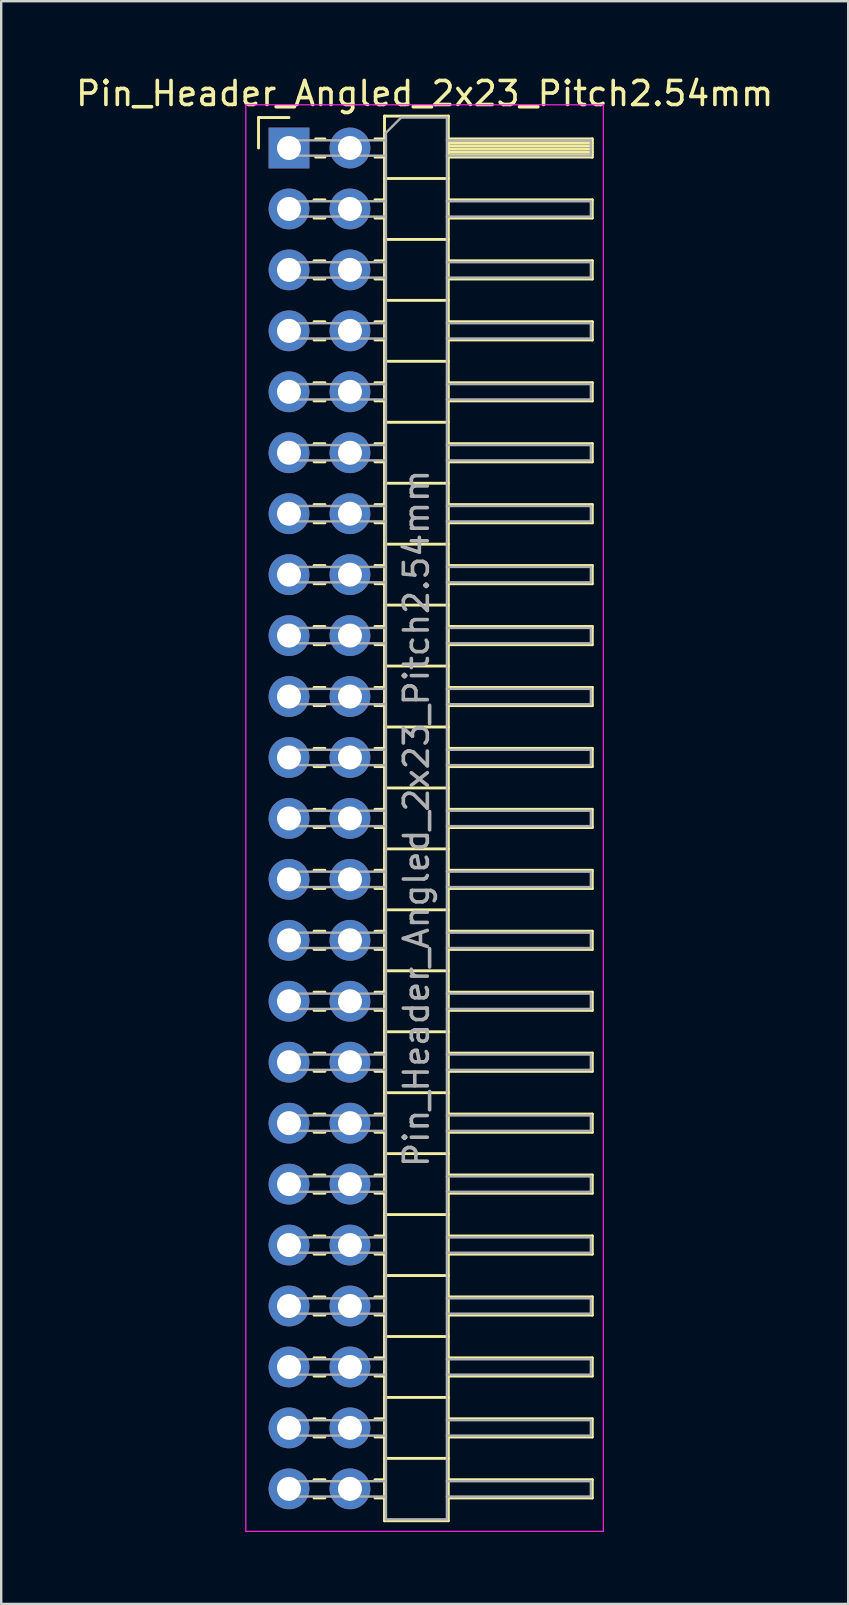
<source format=kicad_pcb>
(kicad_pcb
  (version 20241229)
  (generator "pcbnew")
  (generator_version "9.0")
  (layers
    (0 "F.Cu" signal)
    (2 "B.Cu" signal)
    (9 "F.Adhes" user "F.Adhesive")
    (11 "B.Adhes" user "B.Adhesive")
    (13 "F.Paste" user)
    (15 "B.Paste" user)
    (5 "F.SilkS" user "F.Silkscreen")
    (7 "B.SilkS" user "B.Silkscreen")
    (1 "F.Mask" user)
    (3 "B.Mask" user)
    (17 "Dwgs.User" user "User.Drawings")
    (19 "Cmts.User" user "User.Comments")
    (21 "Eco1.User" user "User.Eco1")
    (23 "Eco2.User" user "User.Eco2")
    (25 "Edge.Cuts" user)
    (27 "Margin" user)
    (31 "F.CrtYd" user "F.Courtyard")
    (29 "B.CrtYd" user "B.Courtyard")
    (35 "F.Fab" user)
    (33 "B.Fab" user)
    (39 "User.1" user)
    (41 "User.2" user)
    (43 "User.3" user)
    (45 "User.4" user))
  (footprint "Pin_Header_Angled_2x23_Pitch2.54mm"
    (layer "F.Cu")
    (at 8.994 3.118)
    (property "Reference" "Pin_Header_Angled_2x23_Pitch2.54mm" (at 5.655 -2.27 0) (layer "F.SilkS") (effects (font (size 1 1) (thickness 0.15))))
    (attr through_hole)
    (fp_line (start -1.27 -1.27) (end 0 -1.27) (stroke (width 0.12) (type solid)) (layer "F.SilkS"))
    (fp_line (start -1.27 0) (end -1.27 -1.27) (stroke (width 0.12) (type solid)) (layer "F.SilkS"))
    (fp_line (start 1.043 2.16) (end 1.497 2.16) (stroke (width 0.12) (type solid)) (layer "F.SilkS"))
    (fp_line (start 1.043 2.92) (end 1.497 2.92) (stroke (width 0.12) (type solid)) (layer "F.SilkS"))
    (fp_line (start 1.043 4.7) (end 1.497 4.7) (stroke (width 0.12) (type solid)) (layer "F.SilkS"))
    (fp_line (start 1.043 5.46) (end 1.497 5.46) (stroke (width 0.12) (type solid)) (layer "F.SilkS"))
    (fp_line (start 1.043 7.24) (end 1.497 7.24) (stroke (width 0.12) (type solid)) (layer "F.SilkS"))
    (fp_line (start 1.043 8) (end 1.497 8) (stroke (width 0.12) (type solid)) (layer "F.SilkS"))
    (fp_line (start 1.043 9.78) (end 1.497 9.78) (stroke (width 0.12) (type solid)) (layer "F.SilkS"))
    (fp_line (start 1.043 10.54) (end 1.497 10.54) (stroke (width 0.12) (type solid)) (layer "F.SilkS"))
    (fp_line (start 1.043 12.32) (end 1.497 12.32) (stroke (width 0.12) (type solid)) (layer "F.SilkS"))
    (fp_line (start 1.043 13.08) (end 1.497 13.08) (stroke (width 0.12) (type solid)) (layer "F.SilkS"))
    (fp_line (start 1.043 14.86) (end 1.497 14.86) (stroke (width 0.12) (type solid)) (layer "F.SilkS"))
    (fp_line (start 1.043 15.62) (end 1.497 15.62) (stroke (width 0.12) (type solid)) (layer "F.SilkS"))
    (fp_line (start 1.043 17.4) (end 1.497 17.4) (stroke (width 0.12) (type solid)) (layer "F.SilkS"))
    (fp_line (start 1.043 18.16) (end 1.497 18.16) (stroke (width 0.12) (type solid)) (layer "F.SilkS"))
    (fp_line (start 1.043 19.94) (end 1.497 19.94) (stroke (width 0.12) (type solid)) (layer "F.SilkS"))
    (fp_line (start 1.043 20.7) (end 1.497 20.7) (stroke (width 0.12) (type solid)) (layer "F.SilkS"))
    (fp_line (start 1.043 22.48) (end 1.497 22.48) (stroke (width 0.12) (type solid)) (layer "F.SilkS"))
    (fp_line (start 1.043 23.24) (end 1.497 23.24) (stroke (width 0.12) (type solid)) (layer "F.SilkS"))
    (fp_line (start 1.043 25.02) (end 1.497 25.02) (stroke (width 0.12) (type solid)) (layer "F.SilkS"))
    (fp_line (start 1.043 25.78) (end 1.497 25.78) (stroke (width 0.12) (type solid)) (layer "F.SilkS"))
    (fp_line (start 1.043 27.56) (end 1.497 27.56) (stroke (width 0.12) (type solid)) (layer "F.SilkS"))
    (fp_line (start 1.043 28.32) (end 1.497 28.32) (stroke (width 0.12) (type solid)) (layer "F.SilkS"))
    (fp_line (start 1.043 30.1) (end 1.497 30.1) (stroke (width 0.12) (type solid)) (layer "F.SilkS"))
    (fp_line (start 1.043 30.86) (end 1.497 30.86) (stroke (width 0.12) (type solid)) (layer "F.SilkS"))
    (fp_line (start 1.043 32.64) (end 1.497 32.64) (stroke (width 0.12) (type solid)) (layer "F.SilkS"))
    (fp_line (start 1.043 33.4) (end 1.497 33.4) (stroke (width 0.12) (type solid)) (layer "F.SilkS"))
    (fp_line (start 1.043 35.18) (end 1.497 35.18) (stroke (width 0.12) (type solid)) (layer "F.SilkS"))
    (fp_line (start 1.043 35.94) (end 1.497 35.94) (stroke (width 0.12) (type solid)) (layer "F.SilkS"))
    (fp_line (start 1.043 37.72) (end 1.497 37.72) (stroke (width 0.12) (type solid)) (layer "F.SilkS"))
    (fp_line (start 1.043 38.48) (end 1.497 38.48) (stroke (width 0.12) (type solid)) (layer "F.SilkS"))
    (fp_line (start 1.043 40.26) (end 1.497 40.26) (stroke (width 0.12) (type solid)) (layer "F.SilkS"))
    (fp_line (start 1.043 41.02) (end 1.497 41.02) (stroke (width 0.12) (type solid)) (layer "F.SilkS"))
    (fp_line (start 1.043 42.8) (end 1.497 42.8) (stroke (width 0.12) (type solid)) (layer "F.SilkS"))
    (fp_line (start 1.043 43.56) (end 1.497 43.56) (stroke (width 0.12) (type solid)) (layer "F.SilkS"))
    (fp_line (start 1.043 45.34) (end 1.497 45.34) (stroke (width 0.12) (type solid)) (layer "F.SilkS"))
    (fp_line (start 1.043 46.1) (end 1.497 46.1) (stroke (width 0.12) (type solid)) (layer "F.SilkS"))
    (fp_line (start 1.043 47.88) (end 1.497 47.88) (stroke (width 0.12) (type solid)) (layer "F.SilkS"))
    (fp_line (start 1.043 48.64) (end 1.497 48.64) (stroke (width 0.12) (type solid)) (layer "F.SilkS"))
    (fp_line (start 1.043 50.42) (end 1.497 50.42) (stroke (width 0.12) (type solid)) (layer "F.SilkS"))
    (fp_line (start 1.043 51.18) (end 1.497 51.18) (stroke (width 0.12) (type solid)) (layer "F.SilkS"))
    (fp_line (start 1.043 52.96) (end 1.497 52.96) (stroke (width 0.12) (type solid)) (layer "F.SilkS"))
    (fp_line (start 1.043 53.72) (end 1.497 53.72) (stroke (width 0.12) (type solid)) (layer "F.SilkS"))
    (fp_line (start 1.043 55.5) (end 1.497 55.5) (stroke (width 0.12) (type solid)) (layer "F.SilkS"))
    (fp_line (start 1.043 56.26) (end 1.497 56.26) (stroke (width 0.12) (type solid)) (layer "F.SilkS"))
    (fp_line (start 1.11 -0.38) (end 1.497 -0.38) (stroke (width 0.12) (type solid)) (layer "F.SilkS"))
    (fp_line (start 1.11 0.38) (end 1.497 0.38) (stroke (width 0.12) (type solid)) (layer "F.SilkS"))
    (fp_line (start 3.583 -0.38) (end 3.98 -0.38) (stroke (width 0.12) (type solid)) (layer "F.SilkS"))
    (fp_line (start 3.583 0.38) (end 3.98 0.38) (stroke (width 0.12) (type solid)) (layer "F.SilkS"))
    (fp_line (start 3.583 2.16) (end 3.98 2.16) (stroke (width 0.12) (type solid)) (layer "F.SilkS"))
    (fp_line (start 3.583 2.92) (end 3.98 2.92) (stroke (width 0.12) (type solid)) (layer "F.SilkS"))
    (fp_line (start 3.583 4.7) (end 3.98 4.7) (stroke (width 0.12) (type solid)) (layer "F.SilkS"))
    (fp_line (start 3.583 5.46) (end 3.98 5.46) (stroke (width 0.12) (type solid)) (layer "F.SilkS"))
    (fp_line (start 3.583 7.24) (end 3.98 7.24) (stroke (width 0.12) (type solid)) (layer "F.SilkS"))
    (fp_line (start 3.583 8) (end 3.98 8) (stroke (width 0.12) (type solid)) (layer "F.SilkS"))
    (fp_line (start 3.583 9.78) (end 3.98 9.78) (stroke (width 0.12) (type solid)) (layer "F.SilkS"))
    (fp_line (start 3.583 10.54) (end 3.98 10.54) (stroke (width 0.12) (type solid)) (layer "F.SilkS"))
    (fp_line (start 3.583 12.32) (end 3.98 12.32) (stroke (width 0.12) (type solid)) (layer "F.SilkS"))
    (fp_line (start 3.583 13.08) (end 3.98 13.08) (stroke (width 0.12) (type solid)) (layer "F.SilkS"))
    (fp_line (start 3.583 14.86) (end 3.98 14.86) (stroke (width 0.12) (type solid)) (layer "F.SilkS"))
    (fp_line (start 3.583 15.62) (end 3.98 15.62) (stroke (width 0.12) (type solid)) (layer "F.SilkS"))
    (fp_line (start 3.583 17.4) (end 3.98 17.4) (stroke (width 0.12) (type solid)) (layer "F.SilkS"))
    (fp_line (start 3.583 18.16) (end 3.98 18.16) (stroke (width 0.12) (type solid)) (layer "F.SilkS"))
    (fp_line (start 3.583 19.94) (end 3.98 19.94) (stroke (width 0.12) (type solid)) (layer "F.SilkS"))
    (fp_line (start 3.583 20.7) (end 3.98 20.7) (stroke (width 0.12) (type solid)) (layer "F.SilkS"))
    (fp_line (start 3.583 22.48) (end 3.98 22.48) (stroke (width 0.12) (type solid)) (layer "F.SilkS"))
    (fp_line (start 3.583 23.24) (end 3.98 23.24) (stroke (width 0.12) (type solid)) (layer "F.SilkS"))
    (fp_line (start 3.583 25.02) (end 3.98 25.02) (stroke (width 0.12) (type solid)) (layer "F.SilkS"))
    (fp_line (start 3.583 25.78) (end 3.98 25.78) (stroke (width 0.12) (type solid)) (layer "F.SilkS"))
    (fp_line (start 3.583 27.56) (end 3.98 27.56) (stroke (width 0.12) (type solid)) (layer "F.SilkS"))
    (fp_line (start 3.583 28.32) (end 3.98 28.32) (stroke (width 0.12) (type solid)) (layer "F.SilkS"))
    (fp_line (start 3.583 30.1) (end 3.98 30.1) (stroke (width 0.12) (type solid)) (layer "F.SilkS"))
    (fp_line (start 3.583 30.86) (end 3.98 30.86) (stroke (width 0.12) (type solid)) (layer "F.SilkS"))
    (fp_line (start 3.583 32.64) (end 3.98 32.64) (stroke (width 0.12) (type solid)) (layer "F.SilkS"))
    (fp_line (start 3.583 33.4) (end 3.98 33.4) (stroke (width 0.12) (type solid)) (layer "F.SilkS"))
    (fp_line (start 3.583 35.18) (end 3.98 35.18) (stroke (width 0.12) (type solid)) (layer "F.SilkS"))
    (fp_line (start 3.583 35.94) (end 3.98 35.94) (stroke (width 0.12) (type solid)) (layer "F.SilkS"))
    (fp_line (start 3.583 37.72) (end 3.98 37.72) (stroke (width 0.12) (type solid)) (layer "F.SilkS"))
    (fp_line (start 3.583 38.48) (end 3.98 38.48) (stroke (width 0.12) (type solid)) (layer "F.SilkS"))
    (fp_line (start 3.583 40.26) (end 3.98 40.26) (stroke (width 0.12) (type solid)) (layer "F.SilkS"))
    (fp_line (start 3.583 41.02) (end 3.98 41.02) (stroke (width 0.12) (type solid)) (layer "F.SilkS"))
    (fp_line (start 3.583 42.8) (end 3.98 42.8) (stroke (width 0.12) (type solid)) (layer "F.SilkS"))
    (fp_line (start 3.583 43.56) (end 3.98 43.56) (stroke (width 0.12) (type solid)) (layer "F.SilkS"))
    (fp_line (start 3.583 45.34) (end 3.98 45.34) (stroke (width 0.12) (type solid)) (layer "F.SilkS"))
    (fp_line (start 3.583 46.1) (end 3.98 46.1) (stroke (width 0.12) (type solid)) (layer "F.SilkS"))
    (fp_line (start 3.583 47.88) (end 3.98 47.88) (stroke (width 0.12) (type solid)) (layer "F.SilkS"))
    (fp_line (start 3.583 48.64) (end 3.98 48.64) (stroke (width 0.12) (type solid)) (layer "F.SilkS"))
    (fp_line (start 3.583 50.42) (end 3.98 50.42) (stroke (width 0.12) (type solid)) (layer "F.SilkS"))
    (fp_line (start 3.583 51.18) (end 3.98 51.18) (stroke (width 0.12) (type solid)) (layer "F.SilkS"))
    (fp_line (start 3.583 52.96) (end 3.98 52.96) (stroke (width 0.12) (type solid)) (layer "F.SilkS"))
    (fp_line (start 3.583 53.72) (end 3.98 53.72) (stroke (width 0.12) (type solid)) (layer "F.SilkS"))
    (fp_line (start 3.583 55.5) (end 3.98 55.5) (stroke (width 0.12) (type solid)) (layer "F.SilkS"))
    (fp_line (start 3.583 56.26) (end 3.98 56.26) (stroke (width 0.12) (type solid)) (layer "F.SilkS"))
    (fp_line (start 3.98 -1.33) (end 3.98 57.21) (stroke (width 0.12) (type solid)) (layer "F.SilkS"))
    (fp_line (start 3.98 1.27) (end 6.64 1.27) (stroke (width 0.12) (type solid)) (layer "F.SilkS"))
    (fp_line (start 3.98 3.81) (end 6.64 3.81) (stroke (width 0.12) (type solid)) (layer "F.SilkS"))
    (fp_line (start 3.98 6.35) (end 6.64 6.35) (stroke (width 0.12) (type solid)) (layer "F.SilkS"))
    (fp_line (start 3.98 8.89) (end 6.64 8.89) (stroke (width 0.12) (type solid)) (layer "F.SilkS"))
    (fp_line (start 3.98 11.43) (end 6.64 11.43) (stroke (width 0.12) (type solid)) (layer "F.SilkS"))
    (fp_line (start 3.98 13.97) (end 6.64 13.97) (stroke (width 0.12) (type solid)) (layer "F.SilkS"))
    (fp_line (start 3.98 16.51) (end 6.64 16.51) (stroke (width 0.12) (type solid)) (layer "F.SilkS"))
    (fp_line (start 3.98 19.05) (end 6.64 19.05) (stroke (width 0.12) (type solid)) (layer "F.SilkS"))
    (fp_line (start 3.98 21.59) (end 6.64 21.59) (stroke (width 0.12) (type solid)) (layer "F.SilkS"))
    (fp_line (start 3.98 24.13) (end 6.64 24.13) (stroke (width 0.12) (type solid)) (layer "F.SilkS"))
    (fp_line (start 3.98 26.67) (end 6.64 26.67) (stroke (width 0.12) (type solid)) (layer "F.SilkS"))
    (fp_line (start 3.98 29.21) (end 6.64 29.21) (stroke (width 0.12) (type solid)) (layer "F.SilkS"))
    (fp_line (start 3.98 31.75) (end 6.64 31.75) (stroke (width 0.12) (type solid)) (layer "F.SilkS"))
    (fp_line (start 3.98 34.29) (end 6.64 34.29) (stroke (width 0.12) (type solid)) (layer "F.SilkS"))
    (fp_line (start 3.98 36.83) (end 6.64 36.83) (stroke (width 0.12) (type solid)) (layer "F.SilkS"))
    (fp_line (start 3.98 39.37) (end 6.64 39.37) (stroke (width 0.12) (type solid)) (layer "F.SilkS"))
    (fp_line (start 3.98 41.91) (end 6.64 41.91) (stroke (width 0.12) (type solid)) (layer "F.SilkS"))
    (fp_line (start 3.98 44.45) (end 6.64 44.45) (stroke (width 0.12) (type solid)) (layer "F.SilkS"))
    (fp_line (start 3.98 46.99) (end 6.64 46.99) (stroke (width 0.12) (type solid)) (layer "F.SilkS"))
    (fp_line (start 3.98 49.53) (end 6.64 49.53) (stroke (width 0.12) (type solid)) (layer "F.SilkS"))
    (fp_line (start 3.98 52.07) (end 6.64 52.07) (stroke (width 0.12) (type solid)) (layer "F.SilkS"))
    (fp_line (start 3.98 54.61) (end 6.64 54.61) (stroke (width 0.12) (type solid)) (layer "F.SilkS"))
    (fp_line (start 3.98 57.21) (end 6.64 57.21) (stroke (width 0.12) (type solid)) (layer "F.SilkS"))
    (fp_line (start 6.64 -1.33) (end 3.98 -1.33) (stroke (width 0.12) (type solid)) (layer "F.SilkS"))
    (fp_line (start 6.64 -0.38) (end 12.64 -0.38) (stroke (width 0.12) (type solid)) (layer "F.SilkS"))
    (fp_line (start 6.64 -0.32) (end 12.64 -0.32) (stroke (width 0.12) (type solid)) (layer "F.SilkS"))
    (fp_line (start 6.64 -0.2) (end 12.64 -0.2) (stroke (width 0.12) (type solid)) (layer "F.SilkS"))
    (fp_line (start 6.64 -0.08) (end 12.64 -0.08) (stroke (width 0.12) (type solid)) (layer "F.SilkS"))
    (fp_line (start 6.64 0.04) (end 12.64 0.04) (stroke (width 0.12) (type solid)) (layer "F.SilkS"))
    (fp_line (start 6.64 0.16) (end 12.64 0.16) (stroke (width 0.12) (type solid)) (layer "F.SilkS"))
    (fp_line (start 6.64 0.28) (end 12.64 0.28) (stroke (width 0.12) (type solid)) (layer "F.SilkS"))
    (fp_line (start 6.64 2.16) (end 12.64 2.16) (stroke (width 0.12) (type solid)) (layer "F.SilkS"))
    (fp_line (start 6.64 4.7) (end 12.64 4.7) (stroke (width 0.12) (type solid)) (layer "F.SilkS"))
    (fp_line (start 6.64 7.24) (end 12.64 7.24) (stroke (width 0.12) (type solid)) (layer "F.SilkS"))
    (fp_line (start 6.64 9.78) (end 12.64 9.78) (stroke (width 0.12) (type solid)) (layer "F.SilkS"))
    (fp_line (start 6.64 12.32) (end 12.64 12.32) (stroke (width 0.12) (type solid)) (layer "F.SilkS"))
    (fp_line (start 6.64 14.86) (end 12.64 14.86) (stroke (width 0.12) (type solid)) (layer "F.SilkS"))
    (fp_line (start 6.64 17.4) (end 12.64 17.4) (stroke (width 0.12) (type solid)) (layer "F.SilkS"))
    (fp_line (start 6.64 19.94) (end 12.64 19.94) (stroke (width 0.12) (type solid)) (layer "F.SilkS"))
    (fp_line (start 6.64 22.48) (end 12.64 22.48) (stroke (width 0.12) (type solid)) (layer "F.SilkS"))
    (fp_line (start 6.64 25.02) (end 12.64 25.02) (stroke (width 0.12) (type solid)) (layer "F.SilkS"))
    (fp_line (start 6.64 27.56) (end 12.64 27.56) (stroke (width 0.12) (type solid)) (layer "F.SilkS"))
    (fp_line (start 6.64 30.1) (end 12.64 30.1) (stroke (width 0.12) (type solid)) (layer "F.SilkS"))
    (fp_line (start 6.64 32.64) (end 12.64 32.64) (stroke (width 0.12) (type solid)) (layer "F.SilkS"))
    (fp_line (start 6.64 35.18) (end 12.64 35.18) (stroke (width 0.12) (type solid)) (layer "F.SilkS"))
    (fp_line (start 6.64 37.72) (end 12.64 37.72) (stroke (width 0.12) (type solid)) (layer "F.SilkS"))
    (fp_line (start 6.64 40.26) (end 12.64 40.26) (stroke (width 0.12) (type solid)) (layer "F.SilkS"))
    (fp_line (start 6.64 42.8) (end 12.64 42.8) (stroke (width 0.12) (type solid)) (layer "F.SilkS"))
    (fp_line (start 6.64 45.34) (end 12.64 45.34) (stroke (width 0.12) (type solid)) (layer "F.SilkS"))
    (fp_line (start 6.64 47.88) (end 12.64 47.88) (stroke (width 0.12) (type solid)) (layer "F.SilkS"))
    (fp_line (start 6.64 50.42) (end 12.64 50.42) (stroke (width 0.12) (type solid)) (layer "F.SilkS"))
    (fp_line (start 6.64 52.96) (end 12.64 52.96) (stroke (width 0.12) (type solid)) (layer "F.SilkS"))
    (fp_line (start 6.64 55.5) (end 12.64 55.5) (stroke (width 0.12) (type solid)) (layer "F.SilkS"))
    (fp_line (start 6.64 57.21) (end 6.64 -1.33) (stroke (width 0.12) (type solid)) (layer "F.SilkS"))
    (fp_line (start 12.64 -0.38) (end 12.64 0.38) (stroke (width 0.12) (type solid)) (layer "F.SilkS"))
    (fp_line (start 12.64 0.38) (end 6.64 0.38) (stroke (width 0.12) (type solid)) (layer "F.SilkS"))
    (fp_line (start 12.64 2.16) (end 12.64 2.92) (stroke (width 0.12) (type solid)) (layer "F.SilkS"))
    (fp_line (start 12.64 2.92) (end 6.64 2.92) (stroke (width 0.12) (type solid)) (layer "F.SilkS"))
    (fp_line (start 12.64 4.7) (end 12.64 5.46) (stroke (width 0.12) (type solid)) (layer "F.SilkS"))
    (fp_line (start 12.64 5.46) (end 6.64 5.46) (stroke (width 0.12) (type solid)) (layer "F.SilkS"))
    (fp_line (start 12.64 7.24) (end 12.64 8) (stroke (width 0.12) (type solid)) (layer "F.SilkS"))
    (fp_line (start 12.64 8) (end 6.64 8) (stroke (width 0.12) (type solid)) (layer "F.SilkS"))
    (fp_line (start 12.64 9.78) (end 12.64 10.54) (stroke (width 0.12) (type solid)) (layer "F.SilkS"))
    (fp_line (start 12.64 10.54) (end 6.64 10.54) (stroke (width 0.12) (type solid)) (layer "F.SilkS"))
    (fp_line (start 12.64 12.32) (end 12.64 13.08) (stroke (width 0.12) (type solid)) (layer "F.SilkS"))
    (fp_line (start 12.64 13.08) (end 6.64 13.08) (stroke (width 0.12) (type solid)) (layer "F.SilkS"))
    (fp_line (start 12.64 14.86) (end 12.64 15.62) (stroke (width 0.12) (type solid)) (layer "F.SilkS"))
    (fp_line (start 12.64 15.62) (end 6.64 15.62) (stroke (width 0.12) (type solid)) (layer "F.SilkS"))
    (fp_line (start 12.64 17.4) (end 12.64 18.16) (stroke (width 0.12) (type solid)) (layer "F.SilkS"))
    (fp_line (start 12.64 18.16) (end 6.64 18.16) (stroke (width 0.12) (type solid)) (layer "F.SilkS"))
    (fp_line (start 12.64 19.94) (end 12.64 20.7) (stroke (width 0.12) (type solid)) (layer "F.SilkS"))
    (fp_line (start 12.64 20.7) (end 6.64 20.7) (stroke (width 0.12) (type solid)) (layer "F.SilkS"))
    (fp_line (start 12.64 22.48) (end 12.64 23.24) (stroke (width 0.12) (type solid)) (layer "F.SilkS"))
    (fp_line (start 12.64 23.24) (end 6.64 23.24) (stroke (width 0.12) (type solid)) (layer "F.SilkS"))
    (fp_line (start 12.64 25.02) (end 12.64 25.78) (stroke (width 0.12) (type solid)) (layer "F.SilkS"))
    (fp_line (start 12.64 25.78) (end 6.64 25.78) (stroke (width 0.12) (type solid)) (layer "F.SilkS"))
    (fp_line (start 12.64 27.56) (end 12.64 28.32) (stroke (width 0.12) (type solid)) (layer "F.SilkS"))
    (fp_line (start 12.64 28.32) (end 6.64 28.32) (stroke (width 0.12) (type solid)) (layer "F.SilkS"))
    (fp_line (start 12.64 30.1) (end 12.64 30.86) (stroke (width 0.12) (type solid)) (layer "F.SilkS"))
    (fp_line (start 12.64 30.86) (end 6.64 30.86) (stroke (width 0.12) (type solid)) (layer "F.SilkS"))
    (fp_line (start 12.64 32.64) (end 12.64 33.4) (stroke (width 0.12) (type solid)) (layer "F.SilkS"))
    (fp_line (start 12.64 33.4) (end 6.64 33.4) (stroke (width 0.12) (type solid)) (layer "F.SilkS"))
    (fp_line (start 12.64 35.18) (end 12.64 35.94) (stroke (width 0.12) (type solid)) (layer "F.SilkS"))
    (fp_line (start 12.64 35.94) (end 6.64 35.94) (stroke (width 0.12) (type solid)) (layer "F.SilkS"))
    (fp_line (start 12.64 37.72) (end 12.64 38.48) (stroke (width 0.12) (type solid)) (layer "F.SilkS"))
    (fp_line (start 12.64 38.48) (end 6.64 38.48) (stroke (width 0.12) (type solid)) (layer "F.SilkS"))
    (fp_line (start 12.64 40.26) (end 12.64 41.02) (stroke (width 0.12) (type solid)) (layer "F.SilkS"))
    (fp_line (start 12.64 41.02) (end 6.64 41.02) (stroke (width 0.12) (type solid)) (layer "F.SilkS"))
    (fp_line (start 12.64 42.8) (end 12.64 43.56) (stroke (width 0.12) (type solid)) (layer "F.SilkS"))
    (fp_line (start 12.64 43.56) (end 6.64 43.56) (stroke (width 0.12) (type solid)) (layer "F.SilkS"))
    (fp_line (start 12.64 45.34) (end 12.64 46.1) (stroke (width 0.12) (type solid)) (layer "F.SilkS"))
    (fp_line (start 12.64 46.1) (end 6.64 46.1) (stroke (width 0.12) (type solid)) (layer "F.SilkS"))
    (fp_line (start 12.64 47.88) (end 12.64 48.64) (stroke (width 0.12) (type solid)) (layer "F.SilkS"))
    (fp_line (start 12.64 48.64) (end 6.64 48.64) (stroke (width 0.12) (type solid)) (layer "F.SilkS"))
    (fp_line (start 12.64 50.42) (end 12.64 51.18) (stroke (width 0.12) (type solid)) (layer "F.SilkS"))
    (fp_line (start 12.64 51.18) (end 6.64 51.18) (stroke (width 0.12) (type solid)) (layer "F.SilkS"))
    (fp_line (start 12.64 52.96) (end 12.64 53.72) (stroke (width 0.12) (type solid)) (layer "F.SilkS"))
    (fp_line (start 12.64 53.72) (end 6.64 53.72) (stroke (width 0.12) (type solid)) (layer "F.SilkS"))
    (fp_line (start 12.64 55.5) (end 12.64 56.26) (stroke (width 0.12) (type solid)) (layer "F.SilkS"))
    (fp_line (start 12.64 56.26) (end 6.64 56.26) (stroke (width 0.12) (type solid)) (layer "F.SilkS"))
    (fp_line (start -1.8 -1.8) (end -1.8 57.65) (stroke (width 0.05) (type solid)) (layer "F.CrtYd"))
    (fp_line (start -1.8 57.65) (end 13.1 57.65) (stroke (width 0.05) (type solid)) (layer "F.CrtYd"))
    (fp_line (start 13.1 -1.8) (end -1.8 -1.8) (stroke (width 0.05) (type solid)) (layer "F.CrtYd"))
    (fp_line (start 13.1 57.65) (end 13.1 -1.8) (stroke (width 0.05) (type solid)) (layer "F.CrtYd"))
    (fp_line (start -0.32 -0.32) (end -0.32 0.32) (stroke (width 0.1) (type solid)) (layer "F.Fab"))
    (fp_line (start -0.32 -0.32) (end 4.04 -0.32) (stroke (width 0.1) (type solid)) (layer "F.Fab"))
    (fp_line (start -0.32 0.32) (end 4.04 0.32) (stroke (width 0.1) (type solid)) (layer "F.Fab"))
    (fp_line (start -0.32 2.22) (end -0.32 2.86) (stroke (width 0.1) (type solid)) (layer "F.Fab"))
    (fp_line (start -0.32 2.22) (end 4.04 2.22) (stroke (width 0.1) (type solid)) (layer "F.Fab"))
    (fp_line (start -0.32 2.86) (end 4.04 2.86) (stroke (width 0.1) (type solid)) (layer "F.Fab"))
    (fp_line (start -0.32 4.76) (end -0.32 5.4) (stroke (width 0.1) (type solid)) (layer "F.Fab"))
    (fp_line (start -0.32 4.76) (end 4.04 4.76) (stroke (width 0.1) (type solid)) (layer "F.Fab"))
    (fp_line (start -0.32 5.4) (end 4.04 5.4) (stroke (width 0.1) (type solid)) (layer "F.Fab"))
    (fp_line (start -0.32 7.3) (end -0.32 7.94) (stroke (width 0.1) (type solid)) (layer "F.Fab"))
    (fp_line (start -0.32 7.3) (end 4.04 7.3) (stroke (width 0.1) (type solid)) (layer "F.Fab"))
    (fp_line (start -0.32 7.94) (end 4.04 7.94) (stroke (width 0.1) (type solid)) (layer "F.Fab"))
    (fp_line (start -0.32 9.84) (end -0.32 10.48) (stroke (width 0.1) (type solid)) (layer "F.Fab"))
    (fp_line (start -0.32 9.84) (end 4.04 9.84) (stroke (width 0.1) (type solid)) (layer "F.Fab"))
    (fp_line (start -0.32 10.48) (end 4.04 10.48) (stroke (width 0.1) (type solid)) (layer "F.Fab"))
    (fp_line (start -0.32 12.38) (end -0.32 13.02) (stroke (width 0.1) (type solid)) (layer "F.Fab"))
    (fp_line (start -0.32 12.38) (end 4.04 12.38) (stroke (width 0.1) (type solid)) (layer "F.Fab"))
    (fp_line (start -0.32 13.02) (end 4.04 13.02) (stroke (width 0.1) (type solid)) (layer "F.Fab"))
    (fp_line (start -0.32 14.92) (end -0.32 15.56) (stroke (width 0.1) (type solid)) (layer "F.Fab"))
    (fp_line (start -0.32 14.92) (end 4.04 14.92) (stroke (width 0.1) (type solid)) (layer "F.Fab"))
    (fp_line (start -0.32 15.56) (end 4.04 15.56) (stroke (width 0.1) (type solid)) (layer "F.Fab"))
    (fp_line (start -0.32 17.46) (end -0.32 18.1) (stroke (width 0.1) (type solid)) (layer "F.Fab"))
    (fp_line (start -0.32 17.46) (end 4.04 17.46) (stroke (width 0.1) (type solid)) (layer "F.Fab"))
    (fp_line (start -0.32 18.1) (end 4.04 18.1) (stroke (width 0.1) (type solid)) (layer "F.Fab"))
    (fp_line (start -0.32 20) (end -0.32 20.64) (stroke (width 0.1) (type solid)) (layer "F.Fab"))
    (fp_line (start -0.32 20) (end 4.04 20) (stroke (width 0.1) (type solid)) (layer "F.Fab"))
    (fp_line (start -0.32 20.64) (end 4.04 20.64) (stroke (width 0.1) (type solid)) (layer "F.Fab"))
    (fp_line (start -0.32 22.54) (end -0.32 23.18) (stroke (width 0.1) (type solid)) (layer "F.Fab"))
    (fp_line (start -0.32 22.54) (end 4.04 22.54) (stroke (width 0.1) (type solid)) (layer "F.Fab"))
    (fp_line (start -0.32 23.18) (end 4.04 23.18) (stroke (width 0.1) (type solid)) (layer "F.Fab"))
    (fp_line (start -0.32 25.08) (end -0.32 25.72) (stroke (width 0.1) (type solid)) (layer "F.Fab"))
    (fp_line (start -0.32 25.08) (end 4.04 25.08) (stroke (width 0.1) (type solid)) (layer "F.Fab"))
    (fp_line (start -0.32 25.72) (end 4.04 25.72) (stroke (width 0.1) (type solid)) (layer "F.Fab"))
    (fp_line (start -0.32 27.62) (end -0.32 28.26) (stroke (width 0.1) (type solid)) (layer "F.Fab"))
    (fp_line (start -0.32 27.62) (end 4.04 27.62) (stroke (width 0.1) (type solid)) (layer "F.Fab"))
    (fp_line (start -0.32 28.26) (end 4.04 28.26) (stroke (width 0.1) (type solid)) (layer "F.Fab"))
    (fp_line (start -0.32 30.16) (end -0.32 30.8) (stroke (width 0.1) (type solid)) (layer "F.Fab"))
    (fp_line (start -0.32 30.16) (end 4.04 30.16) (stroke (width 0.1) (type solid)) (layer "F.Fab"))
    (fp_line (start -0.32 30.8) (end 4.04 30.8) (stroke (width 0.1) (type solid)) (layer "F.Fab"))
    (fp_line (start -0.32 32.7) (end -0.32 33.34) (stroke (width 0.1) (type solid)) (layer "F.Fab"))
    (fp_line (start -0.32 32.7) (end 4.04 32.7) (stroke (width 0.1) (type solid)) (layer "F.Fab"))
    (fp_line (start -0.32 33.34) (end 4.04 33.34) (stroke (width 0.1) (type solid)) (layer "F.Fab"))
    (fp_line (start -0.32 35.24) (end -0.32 35.88) (stroke (width 0.1) (type solid)) (layer "F.Fab"))
    (fp_line (start -0.32 35.24) (end 4.04 35.24) (stroke (width 0.1) (type solid)) (layer "F.Fab"))
    (fp_line (start -0.32 35.88) (end 4.04 35.88) (stroke (width 0.1) (type solid)) (layer "F.Fab"))
    (fp_line (start -0.32 37.78) (end -0.32 38.42) (stroke (width 0.1) (type solid)) (layer "F.Fab"))
    (fp_line (start -0.32 37.78) (end 4.04 37.78) (stroke (width 0.1) (type solid)) (layer "F.Fab"))
    (fp_line (start -0.32 38.42) (end 4.04 38.42) (stroke (width 0.1) (type solid)) (layer "F.Fab"))
    (fp_line (start -0.32 40.32) (end -0.32 40.96) (stroke (width 0.1) (type solid)) (layer "F.Fab"))
    (fp_line (start -0.32 40.32) (end 4.04 40.32) (stroke (width 0.1) (type solid)) (layer "F.Fab"))
    (fp_line (start -0.32 40.96) (end 4.04 40.96) (stroke (width 0.1) (type solid)) (layer "F.Fab"))
    (fp_line (start -0.32 42.86) (end -0.32 43.5) (stroke (width 0.1) (type solid)) (layer "F.Fab"))
    (fp_line (start -0.32 42.86) (end 4.04 42.86) (stroke (width 0.1) (type solid)) (layer "F.Fab"))
    (fp_line (start -0.32 43.5) (end 4.04 43.5) (stroke (width 0.1) (type solid)) (layer "F.Fab"))
    (fp_line (start -0.32 45.4) (end -0.32 46.04) (stroke (width 0.1) (type solid)) (layer "F.Fab"))
    (fp_line (start -0.32 45.4) (end 4.04 45.4) (stroke (width 0.1) (type solid)) (layer "F.Fab"))
    (fp_line (start -0.32 46.04) (end 4.04 46.04) (stroke (width 0.1) (type solid)) (layer "F.Fab"))
    (fp_line (start -0.32 47.94) (end -0.32 48.58) (stroke (width 0.1) (type solid)) (layer "F.Fab"))
    (fp_line (start -0.32 47.94) (end 4.04 47.94) (stroke (width 0.1) (type solid)) (layer "F.Fab"))
    (fp_line (start -0.32 48.58) (end 4.04 48.58) (stroke (width 0.1) (type solid)) (layer "F.Fab"))
    (fp_line (start -0.32 50.48) (end -0.32 51.12) (stroke (width 0.1) (type solid)) (layer "F.Fab"))
    (fp_line (start -0.32 50.48) (end 4.04 50.48) (stroke (width 0.1) (type solid)) (layer "F.Fab"))
    (fp_line (start -0.32 51.12) (end 4.04 51.12) (stroke (width 0.1) (type solid)) (layer "F.Fab"))
    (fp_line (start -0.32 53.02) (end -0.32 53.66) (stroke (width 0.1) (type solid)) (layer "F.Fab"))
    (fp_line (start -0.32 53.02) (end 4.04 53.02) (stroke (width 0.1) (type solid)) (layer "F.Fab"))
    (fp_line (start -0.32 53.66) (end 4.04 53.66) (stroke (width 0.1) (type solid)) (layer "F.Fab"))
    (fp_line (start -0.32 55.56) (end -0.32 56.2) (stroke (width 0.1) (type solid)) (layer "F.Fab"))
    (fp_line (start -0.32 55.56) (end 4.04 55.56) (stroke (width 0.1) (type solid)) (layer "F.Fab"))
    (fp_line (start -0.32 56.2) (end 4.04 56.2) (stroke (width 0.1) (type solid)) (layer "F.Fab"))
    (fp_line (start 4.04 -0.635) (end 4.675 -1.27) (stroke (width 0.1) (type solid)) (layer "F.Fab"))
    (fp_line (start 4.04 57.15) (end 4.04 -0.635) (stroke (width 0.1) (type solid)) (layer "F.Fab"))
    (fp_line (start 4.675 -1.27) (end 6.58 -1.27) (stroke (width 0.1) (type solid)) (layer "F.Fab"))
    (fp_line (start 6.58 -1.27) (end 6.58 57.15) (stroke (width 0.1) (type solid)) (layer "F.Fab"))
    (fp_line (start 6.58 -0.32) (end 12.58 -0.32) (stroke (width 0.1) (type solid)) (layer "F.Fab"))
    (fp_line (start 6.58 0.32) (end 12.58 0.32) (stroke (width 0.1) (type solid)) (layer "F.Fab"))
    (fp_line (start 6.58 2.22) (end 12.58 2.22) (stroke (width 0.1) (type solid)) (layer "F.Fab"))
    (fp_line (start 6.58 2.86) (end 12.58 2.86) (stroke (width 0.1) (type solid)) (layer "F.Fab"))
    (fp_line (start 6.58 4.76) (end 12.58 4.76) (stroke (width 0.1) (type solid)) (layer "F.Fab"))
    (fp_line (start 6.58 5.4) (end 12.58 5.4) (stroke (width 0.1) (type solid)) (layer "F.Fab"))
    (fp_line (start 6.58 7.3) (end 12.58 7.3) (stroke (width 0.1) (type solid)) (layer "F.Fab"))
    (fp_line (start 6.58 7.94) (end 12.58 7.94) (stroke (width 0.1) (type solid)) (layer "F.Fab"))
    (fp_line (start 6.58 9.84) (end 12.58 9.84) (stroke (width 0.1) (type solid)) (layer "F.Fab"))
    (fp_line (start 6.58 10.48) (end 12.58 10.48) (stroke (width 0.1) (type solid)) (layer "F.Fab"))
    (fp_line (start 6.58 12.38) (end 12.58 12.38) (stroke (width 0.1) (type solid)) (layer "F.Fab"))
    (fp_line (start 6.58 13.02) (end 12.58 13.02) (stroke (width 0.1) (type solid)) (layer "F.Fab"))
    (fp_line (start 6.58 14.92) (end 12.58 14.92) (stroke (width 0.1) (type solid)) (layer "F.Fab"))
    (fp_line (start 6.58 15.56) (end 12.58 15.56) (stroke (width 0.1) (type solid)) (layer "F.Fab"))
    (fp_line (start 6.58 17.46) (end 12.58 17.46) (stroke (width 0.1) (type solid)) (layer "F.Fab"))
    (fp_line (start 6.58 18.1) (end 12.58 18.1) (stroke (width 0.1) (type solid)) (layer "F.Fab"))
    (fp_line (start 6.58 20) (end 12.58 20) (stroke (width 0.1) (type solid)) (layer "F.Fab"))
    (fp_line (start 6.58 20.64) (end 12.58 20.64) (stroke (width 0.1) (type solid)) (layer "F.Fab"))
    (fp_line (start 6.58 22.54) (end 12.58 22.54) (stroke (width 0.1) (type solid)) (layer "F.Fab"))
    (fp_line (start 6.58 23.18) (end 12.58 23.18) (stroke (width 0.1) (type solid)) (layer "F.Fab"))
    (fp_line (start 6.58 25.08) (end 12.58 25.08) (stroke (width 0.1) (type solid)) (layer "F.Fab"))
    (fp_line (start 6.58 25.72) (end 12.58 25.72) (stroke (width 0.1) (type solid)) (layer "F.Fab"))
    (fp_line (start 6.58 27.62) (end 12.58 27.62) (stroke (width 0.1) (type solid)) (layer "F.Fab"))
    (fp_line (start 6.58 28.26) (end 12.58 28.26) (stroke (width 0.1) (type solid)) (layer "F.Fab"))
    (fp_line (start 6.58 30.16) (end 12.58 30.16) (stroke (width 0.1) (type solid)) (layer "F.Fab"))
    (fp_line (start 6.58 30.8) (end 12.58 30.8) (stroke (width 0.1) (type solid)) (layer "F.Fab"))
    (fp_line (start 6.58 32.7) (end 12.58 32.7) (stroke (width 0.1) (type solid)) (layer "F.Fab"))
    (fp_line (start 6.58 33.34) (end 12.58 33.34) (stroke (width 0.1) (type solid)) (layer "F.Fab"))
    (fp_line (start 6.58 35.24) (end 12.58 35.24) (stroke (width 0.1) (type solid)) (layer "F.Fab"))
    (fp_line (start 6.58 35.88) (end 12.58 35.88) (stroke (width 0.1) (type solid)) (layer "F.Fab"))
    (fp_line (start 6.58 37.78) (end 12.58 37.78) (stroke (width 0.1) (type solid)) (layer "F.Fab"))
    (fp_line (start 6.58 38.42) (end 12.58 38.42) (stroke (width 0.1) (type solid)) (layer "F.Fab"))
    (fp_line (start 6.58 40.32) (end 12.58 40.32) (stroke (width 0.1) (type solid)) (layer "F.Fab"))
    (fp_line (start 6.58 40.96) (end 12.58 40.96) (stroke (width 0.1) (type solid)) (layer "F.Fab"))
    (fp_line (start 6.58 42.86) (end 12.58 42.86) (stroke (width 0.1) (type solid)) (layer "F.Fab"))
    (fp_line (start 6.58 43.5) (end 12.58 43.5) (stroke (width 0.1) (type solid)) (layer "F.Fab"))
    (fp_line (start 6.58 45.4) (end 12.58 45.4) (stroke (width 0.1) (type solid)) (layer "F.Fab"))
    (fp_line (start 6.58 46.04) (end 12.58 46.04) (stroke (width 0.1) (type solid)) (layer "F.Fab"))
    (fp_line (start 6.58 47.94) (end 12.58 47.94) (stroke (width 0.1) (type solid)) (layer "F.Fab"))
    (fp_line (start 6.58 48.58) (end 12.58 48.58) (stroke (width 0.1) (type solid)) (layer "F.Fab"))
    (fp_line (start 6.58 50.48) (end 12.58 50.48) (stroke (width 0.1) (type solid)) (layer "F.Fab"))
    (fp_line (start 6.58 51.12) (end 12.58 51.12) (stroke (width 0.1) (type solid)) (layer "F.Fab"))
    (fp_line (start 6.58 53.02) (end 12.58 53.02) (stroke (width 0.1) (type solid)) (layer "F.Fab"))
    (fp_line (start 6.58 53.66) (end 12.58 53.66) (stroke (width 0.1) (type solid)) (layer "F.Fab"))
    (fp_line (start 6.58 55.56) (end 12.58 55.56) (stroke (width 0.1) (type solid)) (layer "F.Fab"))
    (fp_line (start 6.58 56.2) (end 12.58 56.2) (stroke (width 0.1) (type solid)) (layer "F.Fab"))
    (fp_line (start 6.58 57.15) (end 4.04 57.15) (stroke (width 0.1) (type solid)) (layer "F.Fab"))
    (fp_line (start 12.58 -0.32) (end 12.58 0.32) (stroke (width 0.1) (type solid)) (layer "F.Fab"))
    (fp_line (start 12.58 2.22) (end 12.58 2.86) (stroke (width 0.1) (type solid)) (layer "F.Fab"))
    (fp_line (start 12.58 4.76) (end 12.58 5.4) (stroke (width 0.1) (type solid)) (layer "F.Fab"))
    (fp_line (start 12.58 7.3) (end 12.58 7.94) (stroke (width 0.1) (type solid)) (layer "F.Fab"))
    (fp_line (start 12.58 9.84) (end 12.58 10.48) (stroke (width 0.1) (type solid)) (layer "F.Fab"))
    (fp_line (start 12.58 12.38) (end 12.58 13.02) (stroke (width 0.1) (type solid)) (layer "F.Fab"))
    (fp_line (start 12.58 14.92) (end 12.58 15.56) (stroke (width 0.1) (type solid)) (layer "F.Fab"))
    (fp_line (start 12.58 17.46) (end 12.58 18.1) (stroke (width 0.1) (type solid)) (layer "F.Fab"))
    (fp_line (start 12.58 20) (end 12.58 20.64) (stroke (width 0.1) (type solid)) (layer "F.Fab"))
    (fp_line (start 12.58 22.54) (end 12.58 23.18) (stroke (width 0.1) (type solid)) (layer "F.Fab"))
    (fp_line (start 12.58 25.08) (end 12.58 25.72) (stroke (width 0.1) (type solid)) (layer "F.Fab"))
    (fp_line (start 12.58 27.62) (end 12.58 28.26) (stroke (width 0.1) (type solid)) (layer "F.Fab"))
    (fp_line (start 12.58 30.16) (end 12.58 30.8) (stroke (width 0.1) (type solid)) (layer "F.Fab"))
    (fp_line (start 12.58 32.7) (end 12.58 33.34) (stroke (width 0.1) (type solid)) (layer "F.Fab"))
    (fp_line (start 12.58 35.24) (end 12.58 35.88) (stroke (width 0.1) (type solid)) (layer "F.Fab"))
    (fp_line (start 12.58 37.78) (end 12.58 38.42) (stroke (width 0.1) (type solid)) (layer "F.Fab"))
    (fp_line (start 12.58 40.32) (end 12.58 40.96) (stroke (width 0.1) (type solid)) (layer "F.Fab"))
    (fp_line (start 12.58 42.86) (end 12.58 43.5) (stroke (width 0.1) (type solid)) (layer "F.Fab"))
    (fp_line (start 12.58 45.4) (end 12.58 46.04) (stroke (width 0.1) (type solid)) (layer "F.Fab"))
    (fp_line (start 12.58 47.94) (end 12.58 48.58) (stroke (width 0.1) (type solid)) (layer "F.Fab"))
    (fp_line (start 12.58 50.48) (end 12.58 51.12) (stroke (width 0.1) (type solid)) (layer "F.Fab"))
    (fp_line (start 12.58 53.02) (end 12.58 53.66) (stroke (width 0.1) (type solid)) (layer "F.Fab"))
    (fp_line (start 12.58 55.56) (end 12.58 56.2) (stroke (width 0.1) (type solid)) (layer "F.Fab"))
    (fp_text user "${REFERENCE}" (at 5.31 27.94 90) (layer "F.Fab") (effects (font (size 1 1) (thickness 0.15))))
    (pad "1" thru_hole rect (at 0 0) (size 1.7 1.7) (drill 1) (layers "*.Cu" "*.Mask"))
    (pad "2" thru_hole oval (at 2.54 0) (size 1.7 1.7) (drill 1) (layers "*.Cu" "*.Mask"))
    (pad "3" thru_hole oval (at 0 2.54) (size 1.7 1.7) (drill 1) (layers "*.Cu" "*.Mask"))
    (pad "4" thru_hole oval (at 2.54 2.54) (size 1.7 1.7) (drill 1) (layers "*.Cu" "*.Mask"))
    (pad "5" thru_hole oval (at 0 5.08) (size 1.7 1.7) (drill 1) (layers "*.Cu" "*.Mask"))
    (pad "6" thru_hole oval (at 2.54 5.08) (size 1.7 1.7) (drill 1) (layers "*.Cu" "*.Mask"))
    (pad "7" thru_hole oval (at 0 7.62) (size 1.7 1.7) (drill 1) (layers "*.Cu" "*.Mask"))
    (pad "8" thru_hole oval (at 2.54 7.62) (size 1.7 1.7) (drill 1) (layers "*.Cu" "*.Mask"))
    (pad "9" thru_hole oval (at 0 10.16) (size 1.7 1.7) (drill 1) (layers "*.Cu" "*.Mask"))
    (pad "10" thru_hole oval (at 2.54 10.16) (size 1.7 1.7) (drill 1) (layers "*.Cu" "*.Mask"))
    (pad "11" thru_hole oval (at 0 12.7) (size 1.7 1.7) (drill 1) (layers "*.Cu" "*.Mask"))
    (pad "12" thru_hole oval (at 2.54 12.7) (size 1.7 1.7) (drill 1) (layers "*.Cu" "*.Mask"))
    (pad "13" thru_hole oval (at 0 15.24) (size 1.7 1.7) (drill 1) (layers "*.Cu" "*.Mask"))
    (pad "14" thru_hole oval (at 2.54 15.24) (size 1.7 1.7) (drill 1) (layers "*.Cu" "*.Mask"))
    (pad "15" thru_hole oval (at 0 17.78) (size 1.7 1.7) (drill 1) (layers "*.Cu" "*.Mask"))
    (pad "16" thru_hole oval (at 2.54 17.78) (size 1.7 1.7) (drill 1) (layers "*.Cu" "*.Mask"))
    (pad "17" thru_hole oval (at 0 20.32) (size 1.7 1.7) (drill 1) (layers "*.Cu" "*.Mask"))
    (pad "18" thru_hole oval (at 2.54 20.32) (size 1.7 1.7) (drill 1) (layers "*.Cu" "*.Mask"))
    (pad "19" thru_hole oval (at 0 22.86) (size 1.7 1.7) (drill 1) (layers "*.Cu" "*.Mask"))
    (pad "20" thru_hole oval (at 2.54 22.86) (size 1.7 1.7) (drill 1) (layers "*.Cu" "*.Mask"))
    (pad "21" thru_hole oval (at 0 25.4) (size 1.7 1.7) (drill 1) (layers "*.Cu" "*.Mask"))
    (pad "22" thru_hole oval (at 2.54 25.4) (size 1.7 1.7) (drill 1) (layers "*.Cu" "*.Mask"))
    (pad "23" thru_hole oval (at 0 27.94) (size 1.7 1.7) (drill 1) (layers "*.Cu" "*.Mask"))
    (pad "24" thru_hole oval (at 2.54 27.94) (size 1.7 1.7) (drill 1) (layers "*.Cu" "*.Mask"))
    (pad "25" thru_hole oval (at 0 30.48) (size 1.7 1.7) (drill 1) (layers "*.Cu" "*.Mask"))
    (pad "26" thru_hole oval (at 2.54 30.48) (size 1.7 1.7) (drill 1) (layers "*.Cu" "*.Mask"))
    (pad "27" thru_hole oval (at 0 33.02) (size 1.7 1.7) (drill 1) (layers "*.Cu" "*.Mask"))
    (pad "28" thru_hole oval (at 2.54 33.02) (size 1.7 1.7) (drill 1) (layers "*.Cu" "*.Mask"))
    (pad "29" thru_hole oval (at 0 35.56) (size 1.7 1.7) (drill 1) (layers "*.Cu" "*.Mask"))
    (pad "30" thru_hole oval (at 2.54 35.56) (size 1.7 1.7) (drill 1) (layers "*.Cu" "*.Mask"))
    (pad "31" thru_hole oval (at 0 38.1) (size 1.7 1.7) (drill 1) (layers "*.Cu" "*.Mask"))
    (pad "32" thru_hole oval (at 2.54 38.1) (size 1.7 1.7) (drill 1) (layers "*.Cu" "*.Mask"))
    (pad "33" thru_hole oval (at 0 40.64) (size 1.7 1.7) (drill 1) (layers "*.Cu" "*.Mask"))
    (pad "34" thru_hole oval (at 2.54 40.64) (size 1.7 1.7) (drill 1) (layers "*.Cu" "*.Mask"))
    (pad "35" thru_hole oval (at 0 43.18) (size 1.7 1.7) (drill 1) (layers "*.Cu" "*.Mask"))
    (pad "36" thru_hole oval (at 2.54 43.18) (size 1.7 1.7) (drill 1) (layers "*.Cu" "*.Mask"))
    (pad "37" thru_hole oval (at 0 45.72) (size 1.7 1.7) (drill 1) (layers "*.Cu" "*.Mask"))
    (pad "38" thru_hole oval (at 2.54 45.72) (size 1.7 1.7) (drill 1) (layers "*.Cu" "*.Mask"))
    (pad "39" thru_hole oval (at 0 48.26) (size 1.7 1.7) (drill 1) (layers "*.Cu" "*.Mask"))
    (pad "40" thru_hole oval (at 2.54 48.26) (size 1.7 1.7) (drill 1) (layers "*.Cu" "*.Mask"))
    (pad "41" thru_hole oval (at 0 50.8) (size 1.7 1.7) (drill 1) (layers "*.Cu" "*.Mask"))
    (pad "42" thru_hole oval (at 2.54 50.8) (size 1.7 1.7) (drill 1) (layers "*.Cu" "*.Mask"))
    (pad "43" thru_hole oval (at 0 53.34) (size 1.7 1.7) (drill 1) (layers "*.Cu" "*.Mask"))
    (pad "44" thru_hole oval (at 2.54 53.34) (size 1.7 1.7) (drill 1) (layers "*.Cu" "*.Mask"))
    (pad "45" thru_hole oval (at 0 55.88) (size 1.7 1.7) (drill 1) (layers "*.Cu" "*.Mask"))
    (pad "46" thru_hole oval (at 2.54 55.88) (size 1.7 1.7) (drill 1) (layers "*.Cu" "*.Mask")))
  (gr_rect
    (start -3 -3)
    (end 32.298 63.793)
    (stroke (width 0.1) (type default))
    (fill no)
    (layer "Edge.Cuts")))
</source>
